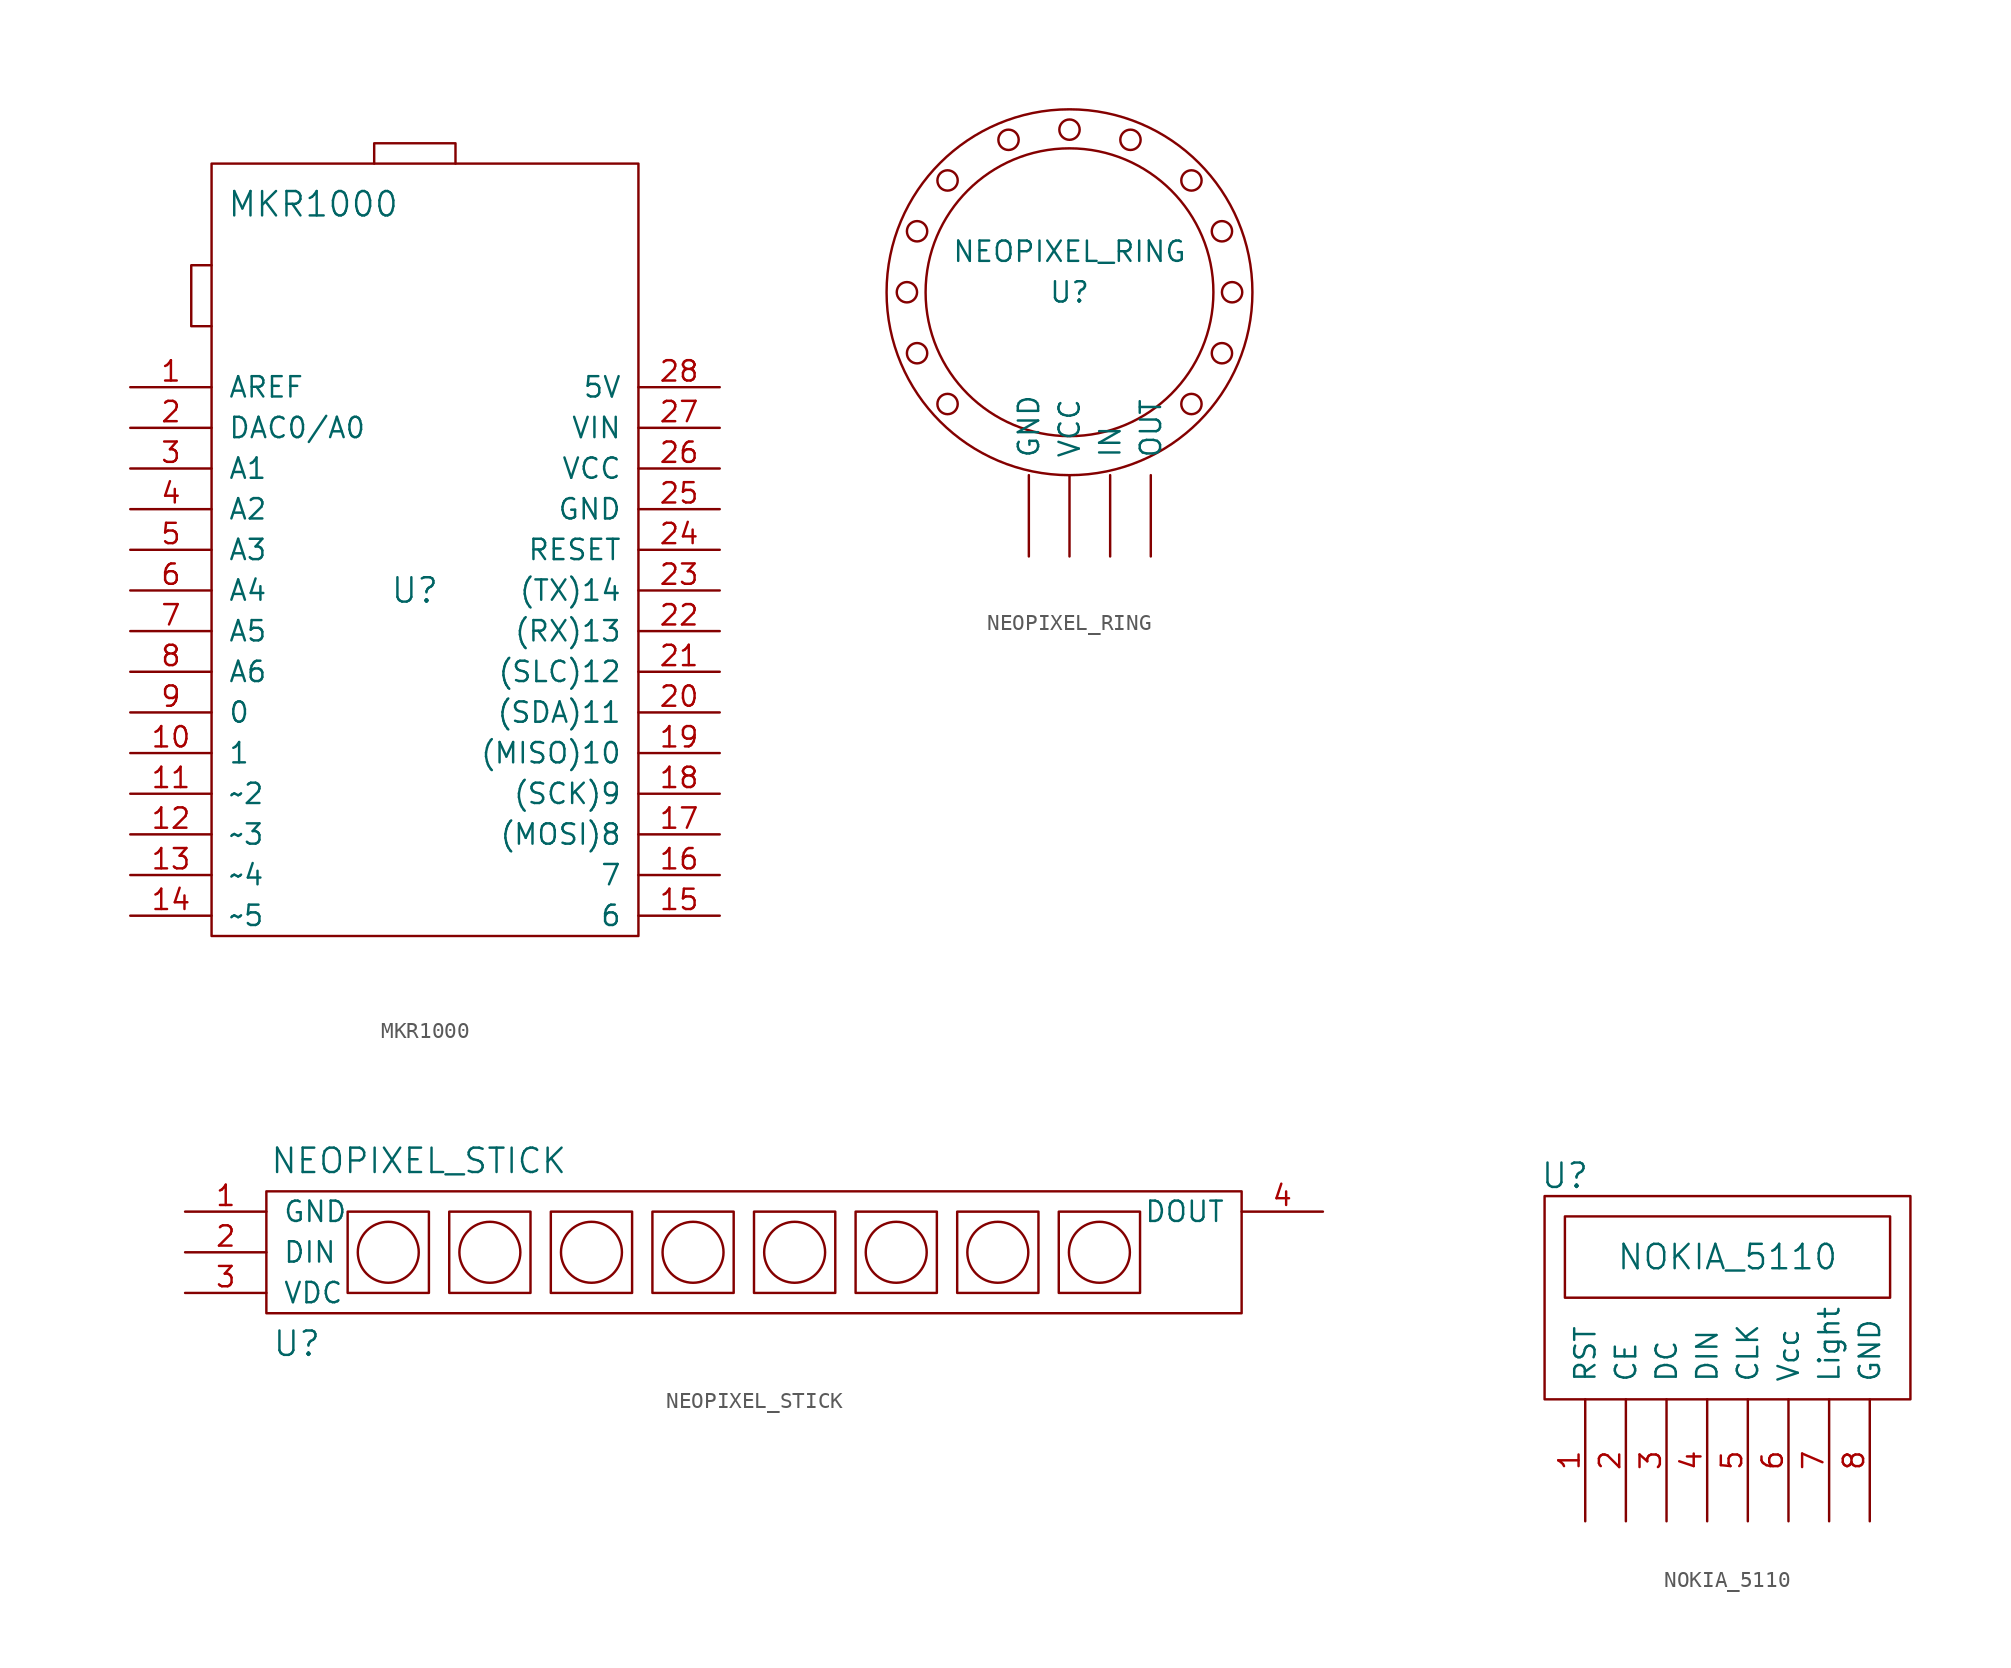
<source format=kicad_sym>
(kicad_symbol_lib
  (version 20231120)
  (generator "kicad_symbol_editor")
  (generator_version "8.0")
  (symbol "MKR1000"
    (pin_names
      (offset 1.016))
    (property "Reference" "U"
      (at 0 0 0)
      (effects (font (size 1.524 1.524))))
    (property "Value" "MKR1000"
      (at -6.35 24.13 0)
      (effects (font (size 1.524 1.524))))
    (property "Footprint" ""
      (at 0 0 0)
      (effects (font (size 1.524 1.524))))
    (property "Datasheet" ""
      (at 0 0 0)
      (effects (font (size 1.524 1.524))))
    (symbol "MKR1000_0_1"
      (rectangle (start -12.7 -21.59) (end 13.97 26.67) (stroke (width 0) (type solid)) (fill (type none)))
      (polyline (pts (xy -12.7 20.32) (xy -13.97 20.32) (xy -13.97 16.51) (xy -12.7 16.51)) (stroke (width 0) (type solid)) (fill (type none)))
      (polyline (pts (xy -2.54 26.67) (xy -2.54 27.94) (xy 2.54 27.94) (xy 2.54 26.67)) (stroke (width 0) (type solid)) (fill (type none))))
    (symbol "MKR1000_1_1"
      (pin input line (at -17.78 12.7 0) (length 5.08) (name "AREF" (effects (font (size 1.27 1.27)))) (number "1" (effects (font (size 1.27 1.27)))))
      (pin input line (at -17.78 -10.16 0) (length 5.08) (name "1" (effects (font (size 1.27 1.27)))) (number "10" (effects (font (size 1.27 1.27)))))
      (pin input line (at -17.78 -12.7 0) (length 5.08) (name "~2" (effects (font (size 1.27 1.27)))) (number "11" (effects (font (size 1.27 1.27)))))
      (pin input line (at -17.78 -15.24 0) (length 5.08) (name "~3" (effects (font (size 1.27 1.27)))) (number "12" (effects (font (size 1.27 1.27)))))
      (pin input line (at -17.78 -17.78 0) (length 5.08) (name "~4" (effects (font (size 1.27 1.27)))) (number "13" (effects (font (size 1.27 1.27)))))
      (pin input line (at -17.78 -20.32 0) (length 5.08) (name "~5" (effects (font (size 1.27 1.27)))) (number "14" (effects (font (size 1.27 1.27)))))
      (pin input line (at 19.05 -20.32 180) (length 5.08) (name "6" (effects (font (size 1.27 1.27)))) (number "15" (effects (font (size 1.27 1.27)))))
      (pin input line (at 19.05 -17.78 180) (length 5.08) (name "7" (effects (font (size 1.27 1.27)))) (number "16" (effects (font (size 1.27 1.27)))))
      (pin input line (at 19.05 -15.24 180) (length 5.08) (name "(MOSI)8" (effects (font (size 1.27 1.27)))) (number "17" (effects (font (size 1.27 1.27)))))
      (pin input line (at 19.05 -12.7 180) (length 5.08) (name "(SCK)9" (effects (font (size 1.27 1.27)))) (number "18" (effects (font (size 1.27 1.27)))))
      (pin input line (at 19.05 -10.16 180) (length 5.08) (name "(MISO)10" (effects (font (size 1.27 1.27)))) (number "19" (effects (font (size 1.27 1.27)))))
      (pin input line (at -17.78 10.16 0) (length 5.08) (name "DAC0/A0" (effects (font (size 1.27 1.27)))) (number "2" (effects (font (size 1.27 1.27)))))
      (pin input line (at 19.05 -7.62 180) (length 5.08) (name "(SDA)11" (effects (font (size 1.27 1.27)))) (number "20" (effects (font (size 1.27 1.27)))))
      (pin input line (at 19.05 -5.08 180) (length 5.08) (name "(SLC)12" (effects (font (size 1.27 1.27)))) (number "21" (effects (font (size 1.27 1.27)))))
      (pin input line (at 19.05 -2.54 180) (length 5.08) (name "(RX)13" (effects (font (size 1.27 1.27)))) (number "22" (effects (font (size 1.27 1.27)))))
      (pin input line (at 19.05 0 180) (length 5.08) (name "(TX)14" (effects (font (size 1.27 1.27)))) (number "23" (effects (font (size 1.27 1.27)))))
      (pin input line (at 19.05 2.54 180) (length 5.08) (name "RESET" (effects (font (size 1.27 1.27)))) (number "24" (effects (font (size 1.27 1.27)))))
      (pin input line (at 19.05 5.08 180) (length 5.08) (name "GND" (effects (font (size 1.27 1.27)))) (number "25" (effects (font (size 1.27 1.27)))))
      (pin input line (at 19.05 7.62 180) (length 5.08) (name "VCC" (effects (font (size 1.27 1.27)))) (number "26" (effects (font (size 1.27 1.27)))))
      (pin input line (at 19.05 10.16 180) (length 5.08) (name "VIN" (effects (font (size 1.27 1.27)))) (number "27" (effects (font (size 1.27 1.27)))))
      (pin input line (at 19.05 12.7 180) (length 5.08) (name "5V" (effects (font (size 1.27 1.27)))) (number "28" (effects (font (size 1.27 1.27)))))
      (pin input line (at -17.78 7.62 0) (length 5.08) (name "A1" (effects (font (size 1.27 1.27)))) (number "3" (effects (font (size 1.27 1.27)))))
      (pin input line (at -17.78 5.08 0) (length 5.08) (name "A2" (effects (font (size 1.27 1.27)))) (number "4" (effects (font (size 1.27 1.27)))))
      (pin input line (at -17.78 2.54 0) (length 5.08) (name "A3" (effects (font (size 1.27 1.27)))) (number "5" (effects (font (size 1.27 1.27)))))
      (pin input line (at -17.78 0 0) (length 5.08) (name "A4" (effects (font (size 1.27 1.27)))) (number "6" (effects (font (size 1.27 1.27)))))
      (pin input line (at -17.78 -2.54 0) (length 5.08) (name "A5" (effects (font (size 1.27 1.27)))) (number "7" (effects (font (size 1.27 1.27)))))
      (pin input line (at -17.78 -5.08 0) (length 5.08) (name "A6" (effects (font (size 1.27 1.27)))) (number "8" (effects (font (size 1.27 1.27)))))
      (pin input line (at -17.78 -7.62 0) (length 5.08) (name "0" (effects (font (size 1.27 1.27)))) (number "9" (effects (font (size 1.27 1.27)))))))
  (symbol "NEOPIXEL_RING"
    (pin_names
      (offset 1.016))
    (property "Reference" "U"
      (at 0 0 0)
      (effects (font (size 1.27 1.27))))
    (property "Value" "NEOPIXEL_RING"
      (at 0 2.54 0)
      (effects (font (size 1.27 1.27))))
    (symbol "NEOPIXEL_RING_0_1"
      (circle (center -10.16 0) (radius 0.635) (stroke (width 0) (type solid)) (fill (type none)))
      (circle (center -9.525 -3.81) (radius 0.635) (stroke (width 0) (type solid)) (fill (type none)))
      (circle (center -9.525 3.81) (radius 0.635) (stroke (width 0) (type solid)) (fill (type none)))
      (circle (center -7.62 -6.985) (radius 0.635) (stroke (width 0) (type solid)) (fill (type none)))
      (circle (center -7.62 6.985) (radius 0.635) (stroke (width 0) (type solid)) (fill (type none)))
      (circle (center -3.81 9.525) (radius 0.635) (stroke (width 0) (type solid)) (fill (type none)))
      (circle (center 0 0) (radius 8.992) (stroke (width 0) (type solid)) (fill (type none)))
      (circle (center 0 0) (radius 11.43) (stroke (width 0) (type solid)) (fill (type none)))
      (circle (center 0 10.16) (radius 0.635) (stroke (width 0) (type solid)) (fill (type none)))
      (circle (center 3.81 9.525) (radius 0.635) (stroke (width 0) (type solid)) (fill (type none)))
      (circle (center 7.62 -6.985) (radius 0.635) (stroke (width 0) (type solid)) (fill (type none)))
      (circle (center 7.62 6.985) (radius 0.635) (stroke (width 0) (type solid)) (fill (type none)))
      (circle (center 9.525 -3.81) (radius 0.635) (stroke (width 0) (type solid)) (fill (type none)))
      (circle (center 9.525 3.81) (radius 0.635) (stroke (width 0) (type solid)) (fill (type none)))
      (circle (center 10.16 0) (radius 0.635) (stroke (width 0) (type solid)) (fill (type none))))
    (symbol "NEOPIXEL_RING_1_1"
      (pin input line (at -2.54 -16.51 90) (length 5.08) (name "GND" (effects (font (size 1.27 1.27)))) (number "~" (effects (font (size 1.27 1.27)))))
      (pin input line (at 2.54 -16.51 90) (length 5.08) (name "IN" (effects (font (size 1.27 1.27)))) (number "~" (effects (font (size 1.27 1.27)))))
      (pin output line (at 5.08 -16.51 90) (length 5.08) (name "OUT" (effects (font (size 1.27 1.27)))) (number "~" (effects (font (size 1.27 1.27)))))
      (pin input line (at 0 -16.51 90) (length 5.08) (name "VCC" (effects (font (size 1.27 1.27)))) (number "~" (effects (font (size 1.27 1.27)))))))
  (symbol "NEOPIXEL_STICK"
    (pin_names
      (offset 1.016))
    (property "Reference" "U"
      (at -24.765 -5.715 0)
      (effects (font (size 1.524 1.524))))
    (property "Value" "NEOPIXEL_STICK"
      (at -17.145 5.715 0)
      (effects (font (size 1.524 1.524))))
    (property "Footprint" ""
      (at -12.7 0 0)
      (effects (font (size 1.524 1.524))))
    (property "Datasheet" ""
      (at -12.7 0 0)
      (effects (font (size 1.524 1.524))))
    (symbol "NEOPIXEL_STICK_0_1"
      (rectangle (start -26.67 3.81) (end 34.29 -3.81) (stroke (width 0) (type solid)) (fill (type none)))
      (rectangle (start -21.59 2.54) (end -16.51 -2.54) (stroke (width 0) (type solid)) (fill (type none)))
      (circle (center -19.05 0) (radius 1.905) (stroke (width 0) (type solid)) (fill (type none)))
      (rectangle (start -15.24 2.54) (end -10.16 -2.54) (stroke (width 0) (type solid)) (fill (type none)))
      (circle (center -12.7 0) (radius 1.905) (stroke (width 0) (type solid)) (fill (type none)))
      (rectangle (start -8.89 2.54) (end -3.81 -2.54) (stroke (width 0) (type solid)) (fill (type none)))
      (circle (center -6.35 0) (radius 1.905) (stroke (width 0) (type solid)) (fill (type none)))
      (rectangle (start -2.54 2.54) (end 2.54 -2.54) (stroke (width 0) (type solid)) (fill (type none)))
      (circle (center 0 0) (radius 1.905) (stroke (width 0) (type solid)) (fill (type none)))
      (rectangle (start 3.81 2.54) (end 8.89 -2.54) (stroke (width 0) (type solid)) (fill (type none)))
      (circle (center 6.35 0) (radius 1.905) (stroke (width 0) (type solid)) (fill (type none)))
      (rectangle (start 10.16 2.54) (end 15.24 -2.54) (stroke (width 0) (type solid)) (fill (type none)))
      (circle (center 12.7 0) (radius 1.905) (stroke (width 0) (type solid)) (fill (type none)))
      (rectangle (start 16.51 2.54) (end 21.59 -2.54) (stroke (width 0) (type solid)) (fill (type none)))
      (circle (center 19.05 0) (radius 1.905) (stroke (width 0) (type solid)) (fill (type none)))
      (rectangle (start 22.86 2.54) (end 27.94 -2.54) (stroke (width 0) (type solid)) (fill (type none)))
      (circle (center 25.4 0) (radius 1.905) (stroke (width 0) (type solid)) (fill (type none))))
    (symbol "NEOPIXEL_STICK_1_1"
      (pin input line (at -31.75 2.54 0) (length 5.08) (name "GND" (effects (font (size 1.27 1.27)))) (number "1" (effects (font (size 1.27 1.27)))))
      (pin input line (at -31.75 0 0) (length 5.08) (name "DIN" (effects (font (size 1.27 1.27)))) (number "2" (effects (font (size 1.27 1.27)))))
      (pin input line (at -31.75 -2.54 0) (length 5.08) (name "VDC" (effects (font (size 1.27 1.27)))) (number "3" (effects (font (size 1.27 1.27)))))
      (pin input line (at 39.37 2.54 180) (length 5.08) (name "DOUT" (effects (font (size 1.27 1.27)))) (number "4" (effects (font (size 1.27 1.27)))))))
  (symbol "NOKIA_5110"
    (pin_names
      (offset 1.016))
    (property "Reference" "U"
      (at -10.16 8.89 0)
      (effects (font (size 1.524 1.524))))
    (property "Value" "NOKIA_5110"
      (at 0 3.81 0)
      (effects (font (size 1.524 1.524))))
    (property "Footprint" ""
      (at 5.08 0 0)
      (effects (font (size 1.524 1.524))))
    (property "Datasheet" ""
      (at 5.08 0 0)
      (effects (font (size 1.524 1.524))))
    (symbol "NOKIA_5110_0_1"
      (rectangle (start -10.16 1.27) (end 10.16 6.35) (stroke (width 0) (type solid)) (fill (type none)))
      (rectangle (start 11.43 -5.08) (end -11.43 7.62) (stroke (width 0) (type solid)) (fill (type none))))
    (symbol "NOKIA_5110_1_1"
      (pin input line (at -8.89 -12.7 90) (length 7.62) (name "RST" (effects (font (size 1.27 1.27)))) (number "1" (effects (font (size 1.27 1.27)))))
      (pin input line (at -6.35 -12.7 90) (length 7.62) (name "CE" (effects (font (size 1.27 1.27)))) (number "2" (effects (font (size 1.27 1.27)))))
      (pin input line (at -3.81 -12.7 90) (length 7.62) (name "DC" (effects (font (size 1.27 1.27)))) (number "3" (effects (font (size 1.27 1.27)))))
      (pin input line (at -1.27 -12.7 90) (length 7.62) (name "DIN" (effects (font (size 1.27 1.27)))) (number "4" (effects (font (size 1.27 1.27)))))
      (pin input line (at 1.27 -12.7 90) (length 7.62) (name "CLK" (effects (font (size 1.27 1.27)))) (number "5" (effects (font (size 1.27 1.27)))))
      (pin power_in line (at 3.81 -12.7 90) (length 7.62) (name "Vcc" (effects (font (size 1.27 1.27)))) (number "6" (effects (font (size 1.27 1.27)))))
      (pin power_in line (at 6.35 -12.7 90) (length 7.62) (name "Light" (effects (font (size 1.27 1.27)))) (number "7" (effects (font (size 1.27 1.27)))))
      (pin power_in line (at 8.89 -12.7 90) (length 7.62) (name "GND" (effects (font (size 1.27 1.27)))) (number "8" (effects (font (size 1.27 1.27))))))))
</source>
